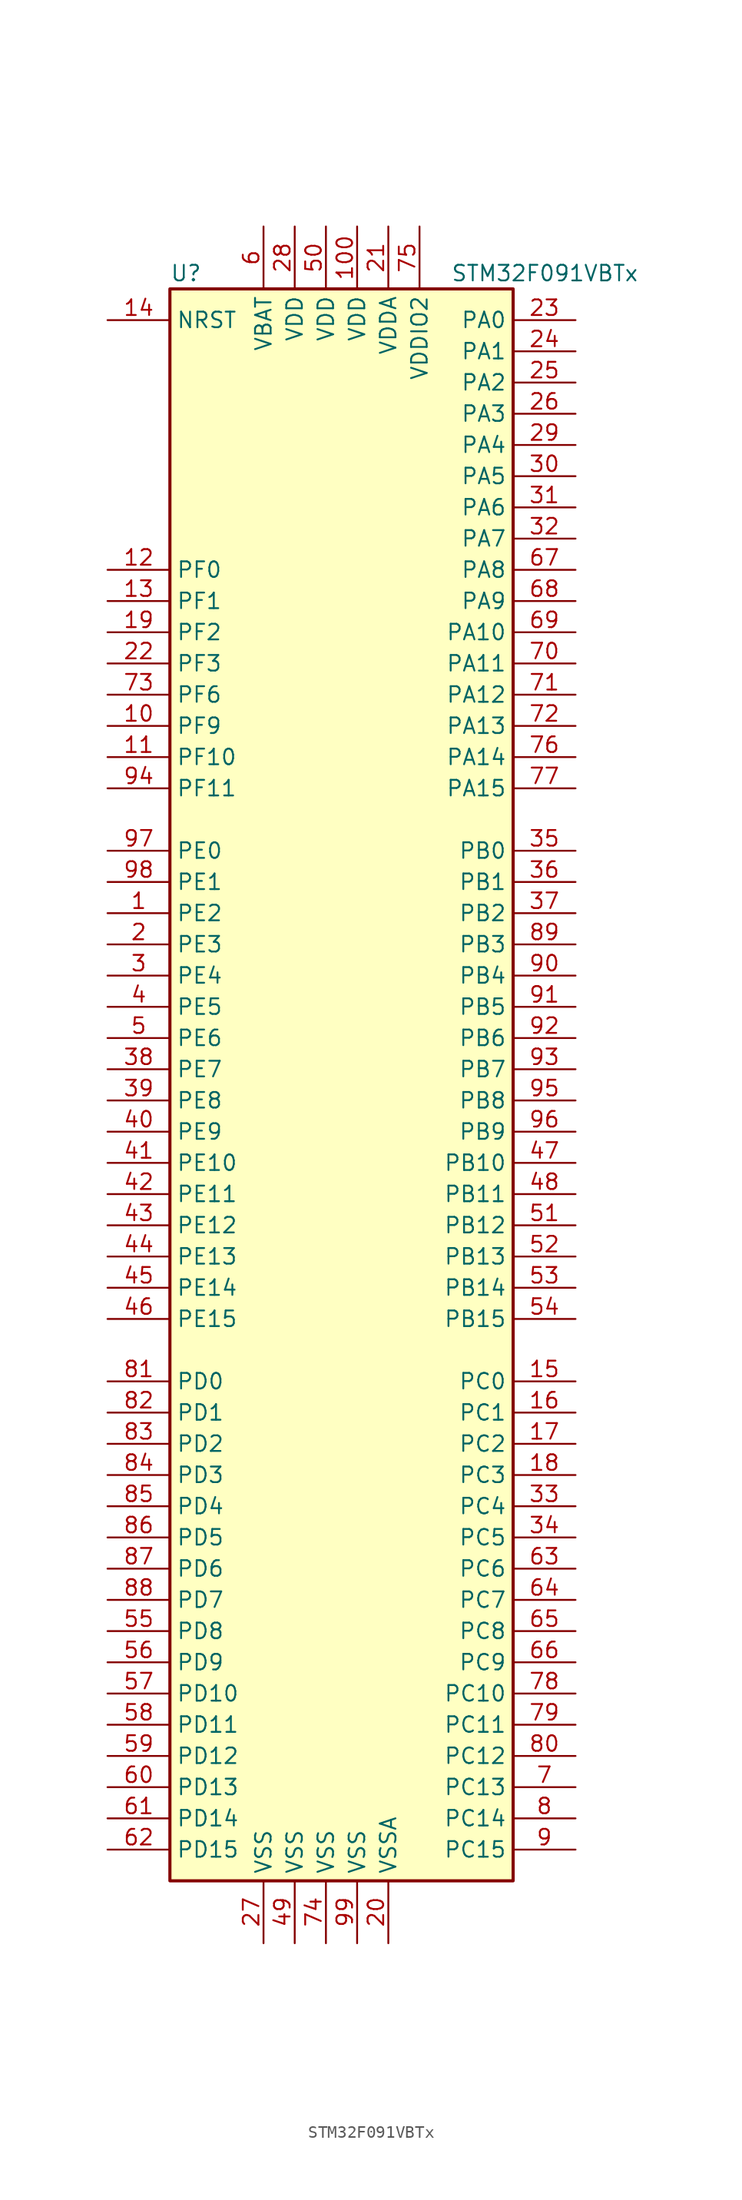
<source format=kicad_sym>
(kicad_symbol_lib
  (version 20201005)
  (generator kicad_symbol_editor)
  (symbol "STM32F091VBTx"
    (property "Reference" "U"
      (at -15.24 64.77 0)
      (effects (font (size 1.27 1.27)) (justify left)))
    (property "Value" "STM32F091VBTx"
      (at 7.62 64.77 0)
      (effects (font (size 1.27 1.27)) (justify left)))
    (symbol "STM32F091VBTx_0_1"
      (rectangle (start -15.24 -66.04) (end 12.7 63.5) (stroke (width 0.254)) (fill (type background))))
    (symbol "STM32F091VBTx_1_1"
      (pin bidirectional line (at -20.32 12.7 0) (length 5.08) (name "PE2" (effects (font (size 1.27 1.27)))) (number "1" (effects (font (size 1.27 1.27)))))
      (pin bidirectional line (at -20.32 27.94 0) (length 5.08) (name "PF9" (effects (font (size 1.27 1.27)))) (number "10" (effects (font (size 1.27 1.27)))))
      (pin power_in line (at 0 68.58 270) (length 5.08) (name "VDD" (effects (font (size 1.27 1.27)))) (number "100" (effects (font (size 1.27 1.27)))))
      (pin bidirectional line (at -20.32 25.4 0) (length 5.08) (name "PF10" (effects (font (size 1.27 1.27)))) (number "11" (effects (font (size 1.27 1.27)))))
      (pin input line (at -20.32 40.64 0) (length 5.08) (name "PF0" (effects (font (size 1.27 1.27)))) (number "12" (effects (font (size 1.27 1.27)))))
      (pin input line (at -20.32 38.1 0) (length 5.08) (name "PF1" (effects (font (size 1.27 1.27)))) (number "13" (effects (font (size 1.27 1.27)))))
      (pin input line (at -20.32 60.96 0) (length 5.08) (name "NRST" (effects (font (size 1.27 1.27)))) (number "14" (effects (font (size 1.27 1.27)))))
      (pin bidirectional line (at 17.78 -25.4 180) (length 5.08) (name "PC0" (effects (font (size 1.27 1.27)))) (number "15" (effects (font (size 1.27 1.27)))))
      (pin bidirectional line (at 17.78 -27.94 180) (length 5.08) (name "PC1" (effects (font (size 1.27 1.27)))) (number "16" (effects (font (size 1.27 1.27)))))
      (pin bidirectional line (at 17.78 -30.48 180) (length 5.08) (name "PC2" (effects (font (size 1.27 1.27)))) (number "17" (effects (font (size 1.27 1.27)))))
      (pin bidirectional line (at 17.78 -33.02 180) (length 5.08) (name "PC3" (effects (font (size 1.27 1.27)))) (number "18" (effects (font (size 1.27 1.27)))))
      (pin bidirectional line (at -20.32 35.56 0) (length 5.08) (name "PF2" (effects (font (size 1.27 1.27)))) (number "19" (effects (font (size 1.27 1.27)))))
      (pin bidirectional line (at -20.32 10.16 0) (length 5.08) (name "PE3" (effects (font (size 1.27 1.27)))) (number "2" (effects (font (size 1.27 1.27)))))
      (pin power_in line (at 2.54 -71.12 90) (length 5.08) (name "VSSA" (effects (font (size 1.27 1.27)))) (number "20" (effects (font (size 1.27 1.27)))))
      (pin power_in line (at 2.54 68.58 270) (length 5.08) (name "VDDA" (effects (font (size 1.27 1.27)))) (number "21" (effects (font (size 1.27 1.27)))))
      (pin bidirectional line (at -20.32 33.02 0) (length 5.08) (name "PF3" (effects (font (size 1.27 1.27)))) (number "22" (effects (font (size 1.27 1.27)))))
      (pin bidirectional line (at 17.78 60.96 180) (length 5.08) (name "PA0" (effects (font (size 1.27 1.27)))) (number "23" (effects (font (size 1.27 1.27)))))
      (pin bidirectional line (at 17.78 58.42 180) (length 5.08) (name "PA1" (effects (font (size 1.27 1.27)))) (number "24" (effects (font (size 1.27 1.27)))))
      (pin bidirectional line (at 17.78 55.88 180) (length 5.08) (name "PA2" (effects (font (size 1.27 1.27)))) (number "25" (effects (font (size 1.27 1.27)))))
      (pin bidirectional line (at 17.78 53.34 180) (length 5.08) (name "PA3" (effects (font (size 1.27 1.27)))) (number "26" (effects (font (size 1.27 1.27)))))
      (pin power_in line (at -7.62 -71.12 90) (length 5.08) (name "VSS" (effects (font (size 1.27 1.27)))) (number "27" (effects (font (size 1.27 1.27)))))
      (pin power_in line (at -5.08 68.58 270) (length 5.08) (name "VDD" (effects (font (size 1.27 1.27)))) (number "28" (effects (font (size 1.27 1.27)))))
      (pin bidirectional line (at 17.78 50.8 180) (length 5.08) (name "PA4" (effects (font (size 1.27 1.27)))) (number "29" (effects (font (size 1.27 1.27)))))
      (pin bidirectional line (at -20.32 7.62 0) (length 5.08) (name "PE4" (effects (font (size 1.27 1.27)))) (number "3" (effects (font (size 1.27 1.27)))))
      (pin bidirectional line (at 17.78 48.26 180) (length 5.08) (name "PA5" (effects (font (size 1.27 1.27)))) (number "30" (effects (font (size 1.27 1.27)))))
      (pin bidirectional line (at 17.78 45.72 180) (length 5.08) (name "PA6" (effects (font (size 1.27 1.27)))) (number "31" (effects (font (size 1.27 1.27)))))
      (pin bidirectional line (at 17.78 43.18 180) (length 5.08) (name "PA7" (effects (font (size 1.27 1.27)))) (number "32" (effects (font (size 1.27 1.27)))))
      (pin bidirectional line (at 17.78 -35.56 180) (length 5.08) (name "PC4" (effects (font (size 1.27 1.27)))) (number "33" (effects (font (size 1.27 1.27)))))
      (pin bidirectional line (at 17.78 -38.1 180) (length 5.08) (name "PC5" (effects (font (size 1.27 1.27)))) (number "34" (effects (font (size 1.27 1.27)))))
      (pin bidirectional line (at 17.78 17.78 180) (length 5.08) (name "PB0" (effects (font (size 1.27 1.27)))) (number "35" (effects (font (size 1.27 1.27)))))
      (pin bidirectional line (at 17.78 15.24 180) (length 5.08) (name "PB1" (effects (font (size 1.27 1.27)))) (number "36" (effects (font (size 1.27 1.27)))))
      (pin bidirectional line (at 17.78 12.7 180) (length 5.08) (name "PB2" (effects (font (size 1.27 1.27)))) (number "37" (effects (font (size 1.27 1.27)))))
      (pin bidirectional line (at -20.32 0 0) (length 5.08) (name "PE7" (effects (font (size 1.27 1.27)))) (number "38" (effects (font (size 1.27 1.27)))))
      (pin bidirectional line (at -20.32 -2.54 0) (length 5.08) (name "PE8" (effects (font (size 1.27 1.27)))) (number "39" (effects (font (size 1.27 1.27)))))
      (pin bidirectional line (at -20.32 5.08 0) (length 5.08) (name "PE5" (effects (font (size 1.27 1.27)))) (number "4" (effects (font (size 1.27 1.27)))))
      (pin bidirectional line (at -20.32 -5.08 0) (length 5.08) (name "PE9" (effects (font (size 1.27 1.27)))) (number "40" (effects (font (size 1.27 1.27)))))
      (pin bidirectional line (at -20.32 -7.62 0) (length 5.08) (name "PE10" (effects (font (size 1.27 1.27)))) (number "41" (effects (font (size 1.27 1.27)))))
      (pin bidirectional line (at -20.32 -10.16 0) (length 5.08) (name "PE11" (effects (font (size 1.27 1.27)))) (number "42" (effects (font (size 1.27 1.27)))))
      (pin bidirectional line (at -20.32 -12.7 0) (length 5.08) (name "PE12" (effects (font (size 1.27 1.27)))) (number "43" (effects (font (size 1.27 1.27)))))
      (pin bidirectional line (at -20.32 -15.24 0) (length 5.08) (name "PE13" (effects (font (size 1.27 1.27)))) (number "44" (effects (font (size 1.27 1.27)))))
      (pin bidirectional line (at -20.32 -17.78 0) (length 5.08) (name "PE14" (effects (font (size 1.27 1.27)))) (number "45" (effects (font (size 1.27 1.27)))))
      (pin bidirectional line (at -20.32 -20.32 0) (length 5.08) (name "PE15" (effects (font (size 1.27 1.27)))) (number "46" (effects (font (size 1.27 1.27)))))
      (pin bidirectional line (at 17.78 -7.62 180) (length 5.08) (name "PB10" (effects (font (size 1.27 1.27)))) (number "47" (effects (font (size 1.27 1.27)))))
      (pin bidirectional line (at 17.78 -10.16 180) (length 5.08) (name "PB11" (effects (font (size 1.27 1.27)))) (number "48" (effects (font (size 1.27 1.27)))))
      (pin power_in line (at -5.08 -71.12 90) (length 5.08) (name "VSS" (effects (font (size 1.27 1.27)))) (number "49" (effects (font (size 1.27 1.27)))))
      (pin bidirectional line (at -20.32 2.54 0) (length 5.08) (name "PE6" (effects (font (size 1.27 1.27)))) (number "5" (effects (font (size 1.27 1.27)))))
      (pin power_in line (at -2.54 68.58 270) (length 5.08) (name "VDD" (effects (font (size 1.27 1.27)))) (number "50" (effects (font (size 1.27 1.27)))))
      (pin bidirectional line (at 17.78 -12.7 180) (length 5.08) (name "PB12" (effects (font (size 1.27 1.27)))) (number "51" (effects (font (size 1.27 1.27)))))
      (pin bidirectional line (at 17.78 -15.24 180) (length 5.08) (name "PB13" (effects (font (size 1.27 1.27)))) (number "52" (effects (font (size 1.27 1.27)))))
      (pin bidirectional line (at 17.78 -17.78 180) (length 5.08) (name "PB14" (effects (font (size 1.27 1.27)))) (number "53" (effects (font (size 1.27 1.27)))))
      (pin bidirectional line (at 17.78 -20.32 180) (length 5.08) (name "PB15" (effects (font (size 1.27 1.27)))) (number "54" (effects (font (size 1.27 1.27)))))
      (pin bidirectional line (at -20.32 -45.72 0) (length 5.08) (name "PD8" (effects (font (size 1.27 1.27)))) (number "55" (effects (font (size 1.27 1.27)))))
      (pin bidirectional line (at -20.32 -48.26 0) (length 5.08) (name "PD9" (effects (font (size 1.27 1.27)))) (number "56" (effects (font (size 1.27 1.27)))))
      (pin bidirectional line (at -20.32 -50.8 0) (length 5.08) (name "PD10" (effects (font (size 1.27 1.27)))) (number "57" (effects (font (size 1.27 1.27)))))
      (pin bidirectional line (at -20.32 -53.34 0) (length 5.08) (name "PD11" (effects (font (size 1.27 1.27)))) (number "58" (effects (font (size 1.27 1.27)))))
      (pin bidirectional line (at -20.32 -55.88 0) (length 5.08) (name "PD12" (effects (font (size 1.27 1.27)))) (number "59" (effects (font (size 1.27 1.27)))))
      (pin power_in line (at -7.62 68.58 270) (length 5.08) (name "VBAT" (effects (font (size 1.27 1.27)))) (number "6" (effects (font (size 1.27 1.27)))))
      (pin bidirectional line (at -20.32 -58.42 0) (length 5.08) (name "PD13" (effects (font (size 1.27 1.27)))) (number "60" (effects (font (size 1.27 1.27)))))
      (pin bidirectional line (at -20.32 -60.96 0) (length 5.08) (name "PD14" (effects (font (size 1.27 1.27)))) (number "61" (effects (font (size 1.27 1.27)))))
      (pin bidirectional line (at -20.32 -63.5 0) (length 5.08) (name "PD15" (effects (font (size 1.27 1.27)))) (number "62" (effects (font (size 1.27 1.27)))))
      (pin bidirectional line (at 17.78 -40.64 180) (length 5.08) (name "PC6" (effects (font (size 1.27 1.27)))) (number "63" (effects (font (size 1.27 1.27)))))
      (pin bidirectional line (at 17.78 -43.18 180) (length 5.08) (name "PC7" (effects (font (size 1.27 1.27)))) (number "64" (effects (font (size 1.27 1.27)))))
      (pin bidirectional line (at 17.78 -45.72 180) (length 5.08) (name "PC8" (effects (font (size 1.27 1.27)))) (number "65" (effects (font (size 1.27 1.27)))))
      (pin bidirectional line (at 17.78 -48.26 180) (length 5.08) (name "PC9" (effects (font (size 1.27 1.27)))) (number "66" (effects (font (size 1.27 1.27)))))
      (pin bidirectional line (at 17.78 40.64 180) (length 5.08) (name "PA8" (effects (font (size 1.27 1.27)))) (number "67" (effects (font (size 1.27 1.27)))))
      (pin bidirectional line (at 17.78 38.1 180) (length 5.08) (name "PA9" (effects (font (size 1.27 1.27)))) (number "68" (effects (font (size 1.27 1.27)))))
      (pin bidirectional line (at 17.78 35.56 180) (length 5.08) (name "PA10" (effects (font (size 1.27 1.27)))) (number "69" (effects (font (size 1.27 1.27)))))
      (pin bidirectional line (at 17.78 -58.42 180) (length 5.08) (name "PC13" (effects (font (size 1.27 1.27)))) (number "7" (effects (font (size 1.27 1.27)))))
      (pin bidirectional line (at 17.78 33.02 180) (length 5.08) (name "PA11" (effects (font (size 1.27 1.27)))) (number "70" (effects (font (size 1.27 1.27)))))
      (pin bidirectional line (at 17.78 30.48 180) (length 5.08) (name "PA12" (effects (font (size 1.27 1.27)))) (number "71" (effects (font (size 1.27 1.27)))))
      (pin bidirectional line (at 17.78 27.94 180) (length 5.08) (name "PA13" (effects (font (size 1.27 1.27)))) (number "72" (effects (font (size 1.27 1.27)))))
      (pin bidirectional line (at -20.32 30.48 0) (length 5.08) (name "PF6" (effects (font (size 1.27 1.27)))) (number "73" (effects (font (size 1.27 1.27)))))
      (pin power_in line (at -2.54 -71.12 90) (length 5.08) (name "VSS" (effects (font (size 1.27 1.27)))) (number "74" (effects (font (size 1.27 1.27)))))
      (pin power_in line (at 5.08 68.58 270) (length 5.08) (name "VDDIO2" (effects (font (size 1.27 1.27)))) (number "75" (effects (font (size 1.27 1.27)))))
      (pin bidirectional line (at 17.78 25.4 180) (length 5.08) (name "PA14" (effects (font (size 1.27 1.27)))) (number "76" (effects (font (size 1.27 1.27)))))
      (pin bidirectional line (at 17.78 22.86 180) (length 5.08) (name "PA15" (effects (font (size 1.27 1.27)))) (number "77" (effects (font (size 1.27 1.27)))))
      (pin bidirectional line (at 17.78 -50.8 180) (length 5.08) (name "PC10" (effects (font (size 1.27 1.27)))) (number "78" (effects (font (size 1.27 1.27)))))
      (pin bidirectional line (at 17.78 -53.34 180) (length 5.08) (name "PC11" (effects (font (size 1.27 1.27)))) (number "79" (effects (font (size 1.27 1.27)))))
      (pin bidirectional line (at 17.78 -60.96 180) (length 5.08) (name "PC14" (effects (font (size 1.27 1.27)))) (number "8" (effects (font (size 1.27 1.27)))))
      (pin bidirectional line (at 17.78 -55.88 180) (length 5.08) (name "PC12" (effects (font (size 1.27 1.27)))) (number "80" (effects (font (size 1.27 1.27)))))
      (pin bidirectional line (at -20.32 -25.4 0) (length 5.08) (name "PD0" (effects (font (size 1.27 1.27)))) (number "81" (effects (font (size 1.27 1.27)))))
      (pin bidirectional line (at -20.32 -27.94 0) (length 5.08) (name "PD1" (effects (font (size 1.27 1.27)))) (number "82" (effects (font (size 1.27 1.27)))))
      (pin bidirectional line (at -20.32 -30.48 0) (length 5.08) (name "PD2" (effects (font (size 1.27 1.27)))) (number "83" (effects (font (size 1.27 1.27)))))
      (pin bidirectional line (at -20.32 -33.02 0) (length 5.08) (name "PD3" (effects (font (size 1.27 1.27)))) (number "84" (effects (font (size 1.27 1.27)))))
      (pin bidirectional line (at -20.32 -35.56 0) (length 5.08) (name "PD4" (effects (font (size 1.27 1.27)))) (number "85" (effects (font (size 1.27 1.27)))))
      (pin bidirectional line (at -20.32 -38.1 0) (length 5.08) (name "PD5" (effects (font (size 1.27 1.27)))) (number "86" (effects (font (size 1.27 1.27)))))
      (pin bidirectional line (at -20.32 -40.64 0) (length 5.08) (name "PD6" (effects (font (size 1.27 1.27)))) (number "87" (effects (font (size 1.27 1.27)))))
      (pin bidirectional line (at -20.32 -43.18 0) (length 5.08) (name "PD7" (effects (font (size 1.27 1.27)))) (number "88" (effects (font (size 1.27 1.27)))))
      (pin bidirectional line (at 17.78 10.16 180) (length 5.08) (name "PB3" (effects (font (size 1.27 1.27)))) (number "89" (effects (font (size 1.27 1.27)))))
      (pin bidirectional line (at 17.78 -63.5 180) (length 5.08) (name "PC15" (effects (font (size 1.27 1.27)))) (number "9" (effects (font (size 1.27 1.27)))))
      (pin bidirectional line (at 17.78 7.62 180) (length 5.08) (name "PB4" (effects (font (size 1.27 1.27)))) (number "90" (effects (font (size 1.27 1.27)))))
      (pin bidirectional line (at 17.78 5.08 180) (length 5.08) (name "PB5" (effects (font (size 1.27 1.27)))) (number "91" (effects (font (size 1.27 1.27)))))
      (pin bidirectional line (at 17.78 2.54 180) (length 5.08) (name "PB6" (effects (font (size 1.27 1.27)))) (number "92" (effects (font (size 1.27 1.27)))))
      (pin bidirectional line (at 17.78 0 180) (length 5.08) (name "PB7" (effects (font (size 1.27 1.27)))) (number "93" (effects (font (size 1.27 1.27)))))
      (pin bidirectional line (at -20.32 22.86 0) (length 5.08) (name "PF11" (effects (font (size 1.27 1.27)))) (number "94" (effects (font (size 1.27 1.27)))))
      (pin bidirectional line (at 17.78 -2.54 180) (length 5.08) (name "PB8" (effects (font (size 1.27 1.27)))) (number "95" (effects (font (size 1.27 1.27)))))
      (pin bidirectional line (at 17.78 -5.08 180) (length 5.08) (name "PB9" (effects (font (size 1.27 1.27)))) (number "96" (effects (font (size 1.27 1.27)))))
      (pin bidirectional line (at -20.32 17.78 0) (length 5.08) (name "PE0" (effects (font (size 1.27 1.27)))) (number "97" (effects (font (size 1.27 1.27)))))
      (pin bidirectional line (at -20.32 15.24 0) (length 5.08) (name "PE1" (effects (font (size 1.27 1.27)))) (number "98" (effects (font (size 1.27 1.27)))))
      (pin power_in line (at 0 -71.12 90) (length 5.08) (name "VSS" (effects (font (size 1.27 1.27)))) (number "99" (effects (font (size 1.27 1.27))))))))
</source>
